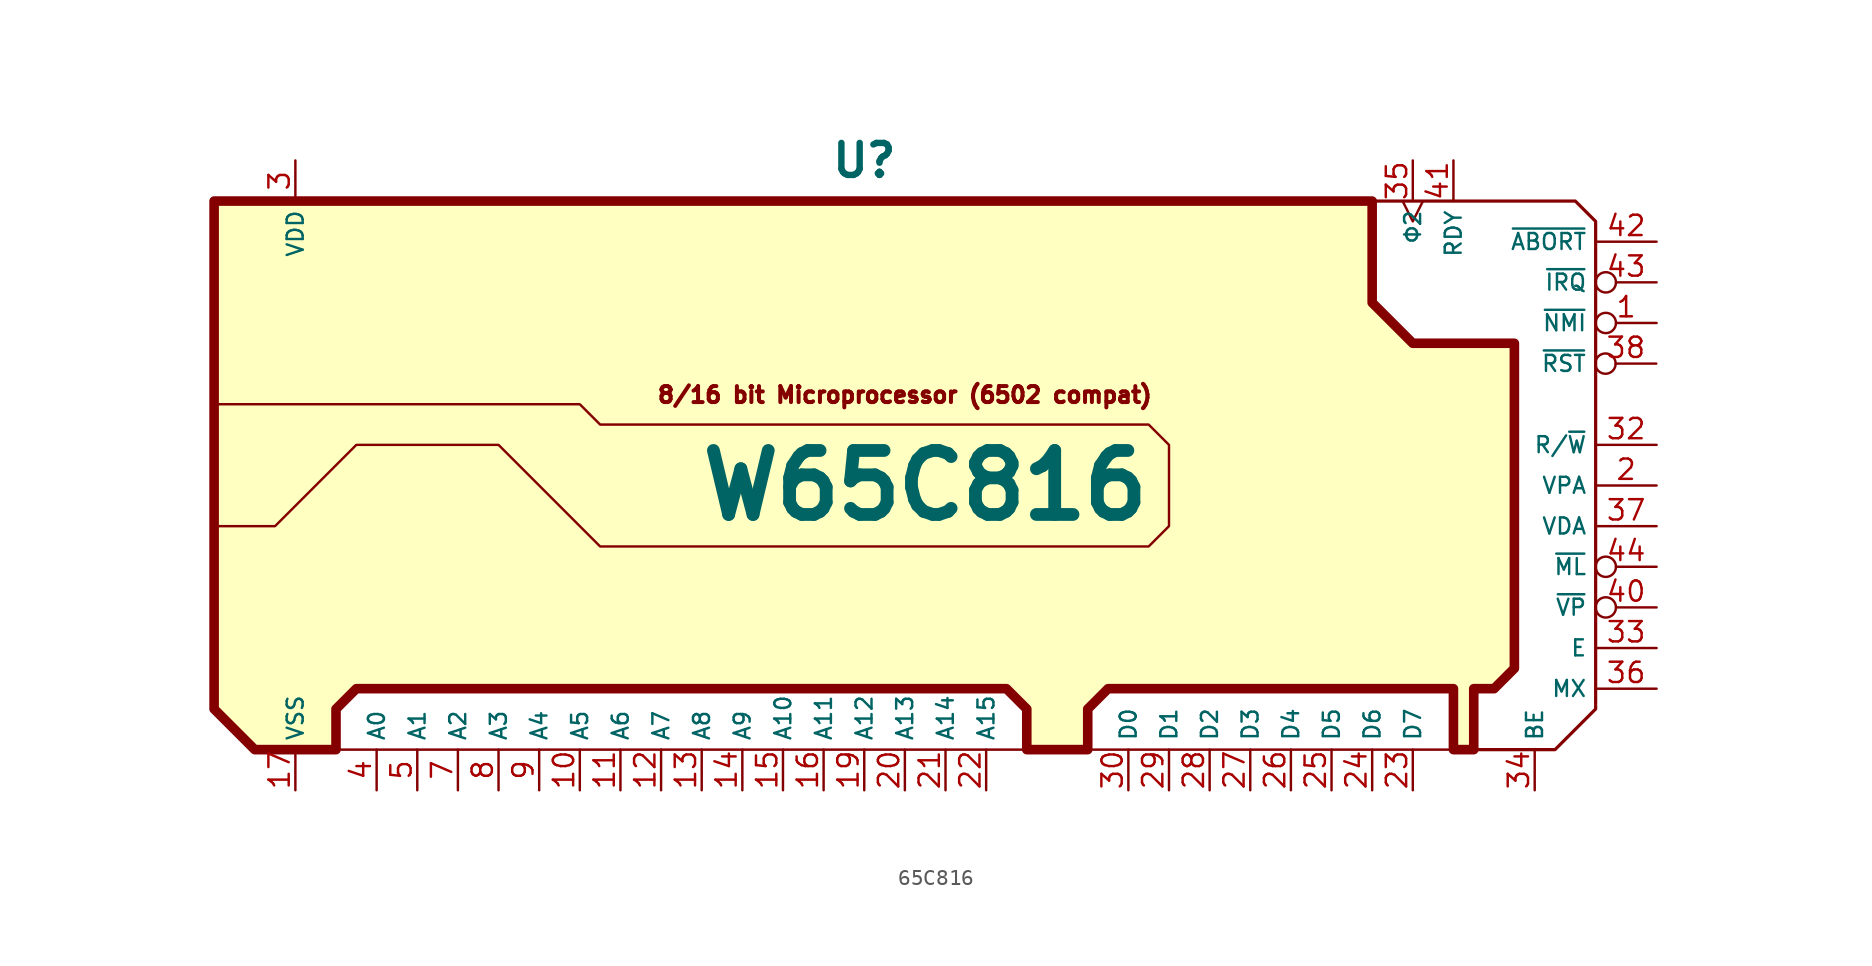
<source format=kicad_sym>
(kicad_symbol_lib
  (version 20241209)
  (generator "kicad_symbol_editor")
  (generator_version "9.0")
  (symbol "65C816"
    (property "Reference" "U"
      (at -3.81 20.32 0)
      (effects (font (size 2 2) (thickness 0.4) (bold yes))))
    (property "Value" "W65C816"
      (at 0 0 0)
      (effects (font (size 4 4) (thickness 0.8) (bold yes))))
    (symbol "65C816_1_1"
      (polyline (pts (xy -44.45 5.08) (xy -21.59 5.08) (xy -20.32 3.81) (xy 13.97 3.81) (xy 15.24 2.54) (xy 15.24 -2.54) (xy 13.97 -3.81) (xy -20.32 -3.81) (xy -26.67 2.54) (xy -35.56 2.54) (xy -40.64 -2.54) (xy -44.45 -2.54) (xy -44.45 6.35)) (stroke (width 0) (type solid)) (fill (type color) (color 255 255 255 1)))
      (polyline (pts (xy -36.83 -16.51) (xy 6.35 -16.51)) (stroke (width 0) (type default)) (fill (type none)))
      (polyline (pts (xy 10.16 -16.51) (xy 33.02 -16.51)) (stroke (width 0) (type default)) (fill (type none)))
      (polyline (pts (xy 25.4 17.78) (xy 40.64 17.78) (xy 41.91 16.51) (xy 41.91 -13.97) (xy 39.37 -16.51) (xy 34.29 -16.51)) (stroke (width 0.2) (type solid)) (fill (type none)))
      (polyline (pts (xy 27.94 11.43) (xy 30.48 8.89) (xy 36.83 8.89) (xy 36.83 -11.43) (xy 35.56 -12.7) (xy 34.29 -12.7) (xy 34.29 -16.51) (xy 33.02 -16.51) (xy 33.02 -12.7) (xy 11.43 -12.7) (xy 10.16 -13.97) (xy 10.16 -16.51) (xy 6.35 -16.51) (xy 6.35 -13.97) (xy 5.08 -12.7) (xy -35.56 -12.7) (xy -36.83 -13.97) (xy -36.83 -16.51) (xy -41.91 -16.51) (xy -44.45 -13.97) (xy -44.45 17.78) (xy 27.94 17.78) (xy 27.94 11.43)) (stroke (width 0.6) (type solid)) (fill (type background)))
      (text "8/16 bit Microprocessor (6502 compat)" (at -1.27 5.08 0) (effects (font (size 1 1) (thickness 0.25)) (justify bottom)))
      (pin power_in line (at -39.37 20.32 270) (length 2.54) (name "VDD" (effects (font (size 1 1)))) (number "3" (effects (font (size 1.27 1.27)))))
      (pin power_in line (at -39.37 20.32 270) (length 2.54) (hide yes) (name "VDD2" (effects (font (size 1 1)))) (number "31" (effects (font (size 1.27 1.27)))))
      (pin power_in line (at -39.37 -19.05 90) (length 2.54) (name "VSS" (effects (font (size 1 1)))) (number "17" (effects (font (size 1.27 1.27)))))
      (pin power_in line (at -39.37 -19.05 90) (length 2.54) (hide yes) (name "VSS2" (effects (font (size 1 1)))) (number "18" (effects (font (size 1.27 1.27)))))
      (pin power_in line (at -39.37 -19.05 90) (length 2.54) (hide yes) (name "VSS3" (effects (font (size 1 1)))) (number "39" (effects (font (size 1.27 1.27)))))
      (pin bidirectional line (at -34.29 -19.05 90) (length 2.54) (name "A0" (effects (font (size 1 1)))) (number "4" (effects (font (size 1.27 1.27)))))
      (pin bidirectional line (at -31.75 -19.05 90) (length 2.54) (name "A1" (effects (font (size 1 1)))) (number "5" (effects (font (size 1.27 1.27)))))
      (pin bidirectional line (at -29.21 -19.05 90) (length 2.54) (name "A2" (effects (font (size 1 1)))) (number "7" (effects (font (size 1.27 1.27)))))
      (pin bidirectional line (at -26.67 -19.05 90) (length 2.54) (name "A3" (effects (font (size 1 1)))) (number "8" (effects (font (size 1.27 1.27)))))
      (pin bidirectional line (at -24.13 -19.05 90) (length 2.54) (name "A4" (effects (font (size 1 1)))) (number "9" (effects (font (size 1.27 1.27)))))
      (pin bidirectional line (at -21.59 -19.05 90) (length 2.54) (name "A5" (effects (font (size 1 1)))) (number "10" (effects (font (size 1.27 1.27)))))
      (pin bidirectional line (at -19.05 -19.05 90) (length 2.54) (name "A6" (effects (font (size 1 1)))) (number "11" (effects (font (size 1.27 1.27)))))
      (pin bidirectional line (at -16.51 -19.05 90) (length 2.54) (name "A7" (effects (font (size 1 1)))) (number "12" (effects (font (size 1.27 1.27)))))
      (pin bidirectional line (at -13.97 -19.05 90) (length 2.54) (name "A8" (effects (font (size 1 1)))) (number "13" (effects (font (size 1.27 1.27)))))
      (pin bidirectional line (at -11.43 -19.05 90) (length 2.54) (name "A9" (effects (font (size 1 1)))) (number "14" (effects (font (size 1.27 1.27)))))
      (pin bidirectional line (at -8.89 -19.05 90) (length 2.54) (name "A10" (effects (font (size 1 1)))) (number "15" (effects (font (size 1.27 1.27)))))
      (pin bidirectional line (at -6.35 -19.05 90) (length 2.54) (name "A11" (effects (font (size 1 1)))) (number "16" (effects (font (size 1.27 1.27)))))
      (pin bidirectional line (at -3.81 -19.05 90) (length 2.54) (name "A12" (effects (font (size 1 1)))) (number "19" (effects (font (size 1.27 1.27)))))
      (pin bidirectional line (at -1.27 -19.05 90) (length 2.54) (name "A13" (effects (font (size 1 1)))) (number "20" (effects (font (size 1.27 1.27)))))
      (pin bidirectional line (at 1.27 -19.05 90) (length 2.54) (name "A14" (effects (font (size 1 1)))) (number "21" (effects (font (size 1.27 1.27)))))
      (pin bidirectional line (at 3.81 -19.05 90) (length 2.54) (name "A15" (effects (font (size 1 1)))) (number "22" (effects (font (size 1.27 1.27)))))
      (pin bidirectional line (at 12.7 -19.05 90) (length 2.54) (name "D0" (effects (font (size 1 1)))) (number "30" (effects (font (size 1.27 1.27)))))
      (pin bidirectional line (at 15.24 -19.05 90) (length 2.54) (name "D1" (effects (font (size 1 1)))) (number "29" (effects (font (size 1.27 1.27)))))
      (pin bidirectional line (at 17.78 -19.05 90) (length 2.54) (name "D2" (effects (font (size 1 1)))) (number "28" (effects (font (size 1.27 1.27)))))
      (pin bidirectional line (at 20.32 -19.05 90) (length 2.54) (name "D3" (effects (font (size 1 1)))) (number "27" (effects (font (size 1.27 1.27)))))
      (pin bidirectional line (at 22.86 -19.05 90) (length 2.54) (name "D4" (effects (font (size 1 1)))) (number "26" (effects (font (size 1.27 1.27)))))
      (pin bidirectional line (at 25.4 -19.05 90) (length 2.54) (name "D5" (effects (font (size 1 1)))) (number "25" (effects (font (size 1.27 1.27)))))
      (pin bidirectional line (at 27.94 -19.05 90) (length 2.54) (name "D6" (effects (font (size 1 1)))) (number "24" (effects (font (size 1.27 1.27)))))
      (pin input clock (at 30.48 20.32 270) (length 2.54) (name "Φ2" (effects (font (size 1 1)))) (number "35" (effects (font (size 1.27 1.27)))))
      (pin bidirectional line (at 30.48 -19.05 90) (length 2.54) (name "D7" (effects (font (size 1 1)))) (number "23" (effects (font (size 1.27 1.27)))))
      (pin bidirectional line (at 33.02 20.32 270) (length 2.54) (name "RDY" (effects (font (size 1 1)))) (number "41" (effects (font (size 1.27 1.27)))))
      (pin input line (at 38.1 -19.05 90) (length 2.54) (name "BE" (effects (font (size 1 1)))) (number "34" (effects (font (size 1.27 1.27)))))
      (pin input inverted (at 45.7 7.62 180) (length 3.81) (name "~{RST}" (effects (font (size 1 1)))) (number "38" (effects (font (size 1.27 1.27)))))
      (pin input line (at 45.72 15.24 180) (length 3.81) (name "~{ABORT}" (effects (font (size 1 1)))) (number "42" (effects (font (size 1.27 1.27)))))
      (pin input inverted (at 45.72 12.7 180) (length 3.81) (name "~{IRQ}" (effects (font (size 1 1)))) (number "43" (effects (font (size 1.27 1.27)))))
      (pin input inverted (at 45.72 10.16 180) (length 3.81) (name "~{NMI}" (effects (font (size 1 1)))) (number "1" (effects (font (size 1.27 1.27)))))
      (pin output line (at 45.72 2.54 180) (length 3.81) (name "R/~{W}" (effects (font (size 1 1)))) (number "32" (effects (font (size 1.27 1.27)))))
      (pin output line (at 45.72 0 180) (length 3.81) (name "VPA" (effects (font (size 1 1)))) (number "2" (effects (font (size 1.27 1.27)))))
      (pin output line (at 45.72 -2.54 180) (length 3.81) (name "VDA" (effects (font (size 1 1)))) (number "37" (effects (font (size 1.27 1.27)))))
      (pin output inverted (at 45.72 -5.08 180) (length 3.81) (name "~{ML}" (effects (font (size 1 1)))) (number "44" (effects (font (size 1.27 1.27)))))
      (pin output inverted (at 45.72 -7.62 180) (length 3.81) (name "~{VP}" (effects (font (size 1 1)))) (number "40" (effects (font (size 1.27 1.27)))))
      (pin output line (at 45.72 -10.16 180) (length 3.81) (name "E" (effects (font (size 1 1)))) (number "33" (effects (font (size 1.27 1.27)))))
      (pin output line (at 45.72 -12.7 180) (length 3.81) (name "MX" (effects (font (size 1 1)))) (number "36" (effects (font (size 1.27 1.27))))))))
</source>
